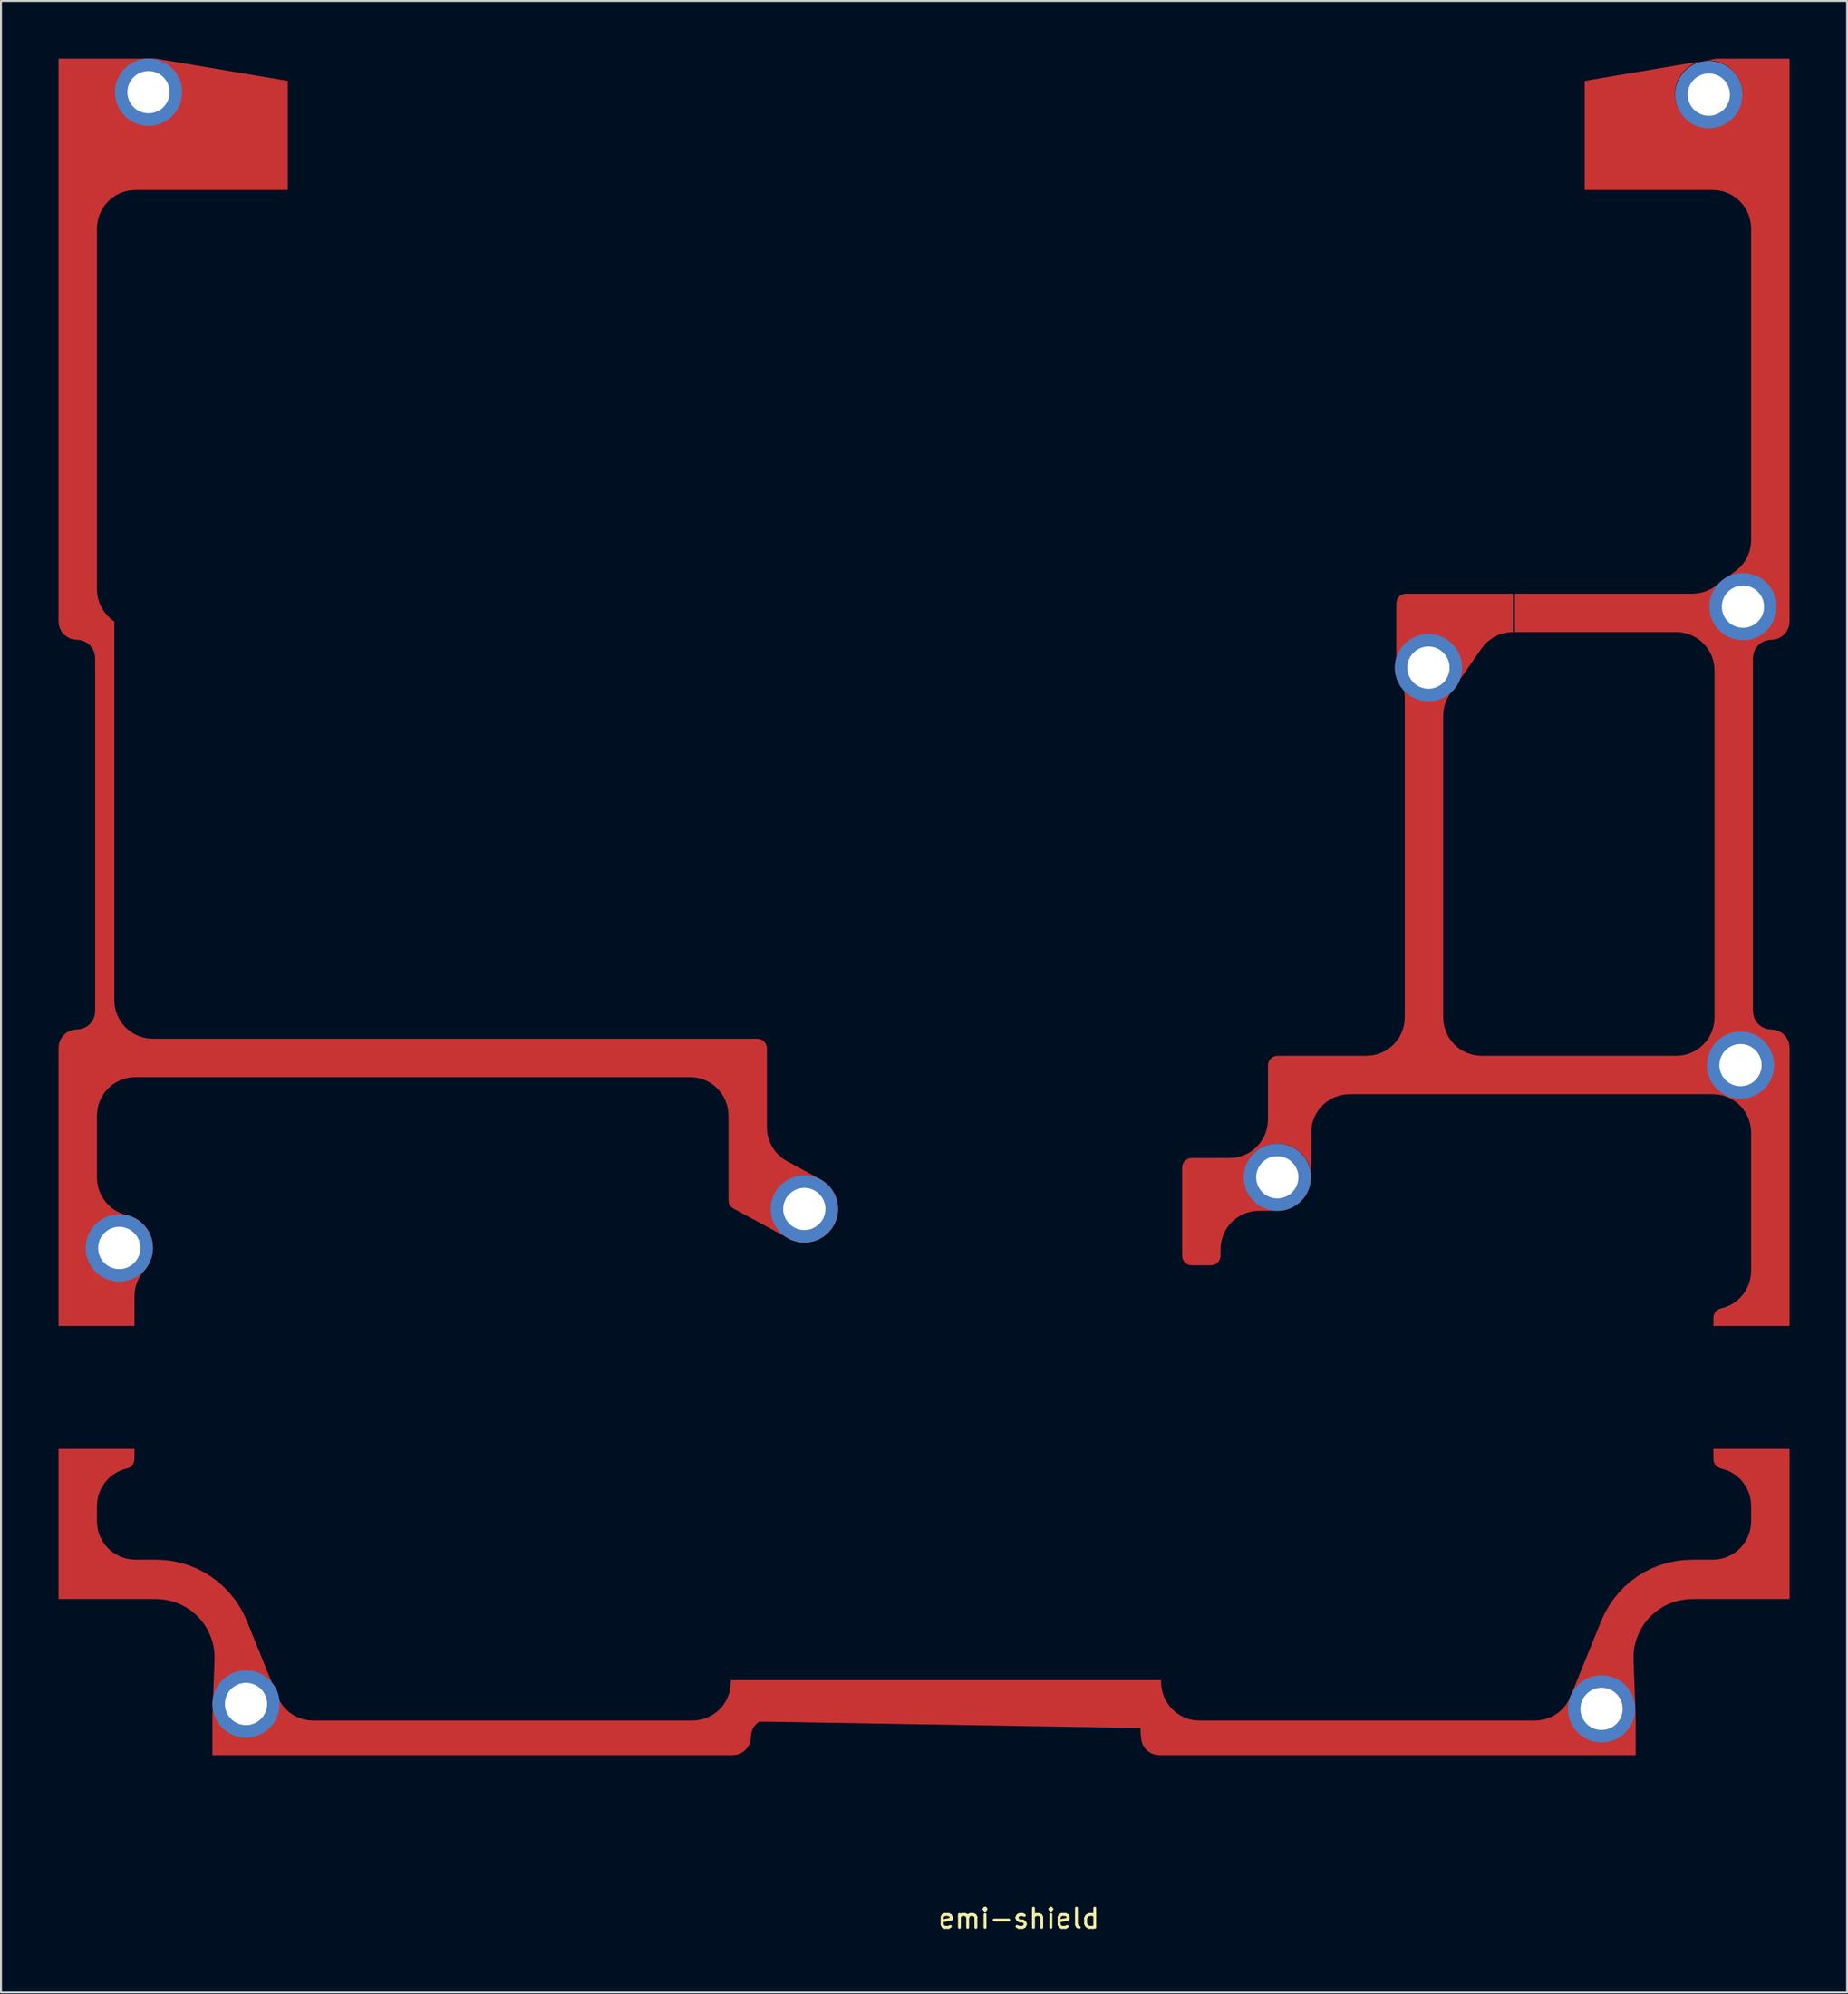
<source format=kicad_pcb>
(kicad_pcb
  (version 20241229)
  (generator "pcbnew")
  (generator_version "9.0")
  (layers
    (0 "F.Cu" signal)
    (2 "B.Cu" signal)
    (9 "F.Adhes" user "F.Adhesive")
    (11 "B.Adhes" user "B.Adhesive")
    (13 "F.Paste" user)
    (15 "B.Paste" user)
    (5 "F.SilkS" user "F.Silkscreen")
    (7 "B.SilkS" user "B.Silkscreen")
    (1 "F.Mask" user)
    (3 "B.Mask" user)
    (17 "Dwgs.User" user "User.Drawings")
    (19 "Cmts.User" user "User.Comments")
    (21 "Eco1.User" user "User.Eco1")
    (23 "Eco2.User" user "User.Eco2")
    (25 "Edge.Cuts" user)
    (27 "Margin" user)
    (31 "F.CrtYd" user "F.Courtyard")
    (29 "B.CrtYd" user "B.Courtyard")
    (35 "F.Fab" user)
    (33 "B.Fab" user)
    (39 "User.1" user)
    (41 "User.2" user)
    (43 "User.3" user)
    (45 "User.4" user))
  (footprint "emi-shield"
    (layer "F.Cu")
    (at 44.945 88.237)
    (property "Reference" "emi-shield" (at 5.08 8.636 0) (layer "F.SilkS") (effects (font (size 1 1) (thickness 0.15))))
    (attr through_hole)
    (fp_poly (pts (xy -33.005 -87.073) (xy -33.005 -81.389) (xy -40.945 -81.389) (xy -41.206 -81.371) (xy -41.463 -81.32) (xy -41.71 -81.236) (xy -41.945 -81.121) (xy -42.162 -80.975) (xy -42.359 -80.803) (xy -42.532 -80.606) (xy -42.677 -80.389) (xy -42.793 -80.154) (xy -42.877 -79.906) (xy -42.928 -79.65) (xy -42.945 -79.389) (xy -42.945 -60.592) (xy -42.93 -60.345) (xy -42.884 -60.102) (xy -42.808 -59.866) (xy -42.704 -59.641) (xy -42.573 -59.431) (xy -42.417 -59.238) (xy -42.238 -59.067) (xy -42.04 -58.919) (xy -42.04 -39.19) (xy -42.023 -38.929) (xy -41.972 -38.673) (xy -41.888 -38.425) (xy -41.772 -38.19) (xy -41.627 -37.973) (xy -41.454 -37.776) (xy -41.257 -37.604) (xy -41.04 -37.458) (xy -40.805 -37.343) (xy -40.558 -37.258) (xy -40.301 -37.207) (xy -40.04 -37.19) (xy -8.547 -37.19) (xy -8.417 -37.173) (xy -8.297 -37.123) (xy -8.193 -37.044) (xy -8.114 -36.94) (xy -8.064 -36.82) (xy -8.047 -36.69) (xy -8.047 -32.57) (xy -8.029 -32.302) (xy -7.975 -32.04) (xy -7.887 -31.786) (xy -7.765 -31.547) (xy -7.613 -31.326) (xy -7.432 -31.128) (xy -7.226 -30.955) (xy -7 -30.812) (xy -5.249 -29.863) (xy -5.029 -29.722) (xy -4.832 -29.549) (xy -4.664 -29.349) (xy -4.527 -29.126) (xy -4.425 -28.885) (xy -4.36 -28.632) (xy -4.333 -28.372) (xy -4.346 -28.11) (xy -4.397 -27.854) (xy -4.486 -27.608) (xy -4.611 -27.378) (xy -4.768 -27.169) (xy -4.955 -26.986) (xy -5.167 -26.833) (xy -5.4 -26.713) (xy -5.647 -26.63) (xy -5.905 -26.584) (xy -6.166 -26.577) (xy -6.426 -26.609) (xy -6.678 -26.679) (xy -6.916 -26.786) (xy -9.785 -28.34) (xy -9.893 -28.419) (xy -9.976 -28.524) (xy -10.029 -28.647) (xy -10.047 -28.78) (xy -10.047 -33.19) (xy -10.064 -33.451) (xy -10.115 -33.708) (xy -10.199 -33.956) (xy -10.315 -34.19) (xy -10.46 -34.408) (xy -10.632 -34.605) (xy -10.829 -34.777) (xy -11.047 -34.922) (xy -11.281 -35.038) (xy -11.529 -35.122) (xy -11.786 -35.173) (xy -12.047 -35.19) (xy -40.945 -35.19) (xy -41.206 -35.173) (xy -41.463 -35.122) (xy -41.71 -35.038) (xy -41.945 -34.922) (xy -42.162 -34.777) (xy -42.359 -34.605) (xy -42.532 -34.408) (xy -42.677 -34.19) (xy -42.793 -33.956) (xy -42.877 -33.708) (xy -42.928 -33.451) (xy -42.945 -33.19) (xy -42.945 -29.951) (xy -42.927 -29.682) (xy -42.873 -29.418) (xy -42.783 -29.163) (xy -42.661 -28.923) (xy -42.507 -28.702) (xy -42.325 -28.503) (xy -42.117 -28.33) (xy -41.889 -28.188) (xy -41.643 -28.077) (xy -41.385 -28) (xy -41.136 -27.924) (xy -40.901 -27.811) (xy -40.685 -27.666) (xy -40.493 -27.489) (xy -40.33 -27.287) (xy -40.198 -27.062) (xy -40.101 -26.82) (xy -40.041 -26.567) (xy -40.02 -26.307) (xy -40.037 -26.047) (xy -40.093 -25.793) (xy -40.185 -25.549) (xy -40.313 -25.323) (xy -40.473 -25.117) (xy -40.627 -24.926) (xy -40.755 -24.717) (xy -40.857 -24.494) (xy -40.932 -24.26) (xy -40.976 -24.019) (xy -40.991 -23.774) (xy -40.991 -22.228) (xy -44.945 -22.228) (xy -44.945 -36.719) (xy -44.927 -36.905) (xy -44.872 -37.084) (xy -44.784 -37.248) (xy -44.666 -37.393) (xy -44.522 -37.511) (xy -44.357 -37.599) (xy -44.178 -37.653) (xy -43.992 -37.672) (xy -43.807 -37.69) (xy -43.628 -37.744) (xy -43.463 -37.832) (xy -43.319 -37.95) (xy -43.2 -38.095) (xy -43.112 -38.26) (xy -43.058 -38.438) (xy -43.04 -38.624) (xy -43.04 -57.014) (xy -43.058 -57.199) (xy -43.112 -57.378) (xy -43.2 -57.543) (xy -43.319 -57.687) (xy -43.463 -57.806) (xy -43.628 -57.894) (xy -43.807 -57.948) (xy -43.992 -57.966) (xy -44.178 -57.984) (xy -44.357 -58.039) (xy -44.522 -58.127) (xy -44.666 -58.245) (xy -44.784 -58.389) (xy -44.872 -58.554) (xy -44.927 -58.733) (xy -44.945 -58.919) (xy -44.945 -88.23) (xy -39.855 -88.23)) (stroke (width 0) (type solid)) (fill yes) (layer "F.Cu"))
    (fp_poly (pts (xy -40.992 -15.295) (xy -41.01 -15.162) (xy -41.063 -15.038) (xy -41.147 -14.933) (xy -41.256 -14.854) (xy -41.383 -14.807) (xy -41.641 -14.731) (xy -41.888 -14.62) (xy -42.116 -14.477) (xy -42.324 -14.305) (xy -42.507 -14.106) (xy -42.661 -13.884) (xy -42.784 -13.644) (xy -42.873 -13.389) (xy -42.927 -13.125) (xy -42.945 -12.856) (xy -42.945 -12.056) (xy -42.928 -11.795) (xy -42.877 -11.538) (xy -42.793 -11.29) (xy -42.677 -11.056) (xy -42.532 -10.838) (xy -42.36 -10.641) (xy -42.163 -10.469) (xy -41.945 -10.324) (xy -41.711 -10.208) (xy -41.463 -10.124) (xy -41.206 -10.073) (xy -40.945 -10.056) (xy -39.865 -10.056) (xy -39.434 -10.037) (xy -39.006 -9.983) (xy -38.584 -9.892) (xy -38.172 -9.766) (xy -37.771 -9.606) (xy -37.385 -9.412) (xy -37.018 -9.186) (xy -36.67 -8.931) (xy -36.345 -8.646) (xy -36.046 -8.335) (xy -35.774 -8) (xy -35.531 -7.644) (xy -35.32 -7.268) (xy -35.14 -6.875) (xy -33.535 -2.923) (xy -33.42 -2.686) (xy -33.275 -2.467) (xy -33.103 -2.268) (xy -32.906 -2.094) (xy -32.687 -1.947) (xy -32.452 -1.83) (xy -32.203 -1.745) (xy -31.945 -1.693) (xy -31.682 -1.676) (xy -11.925 -1.676) (xy -11.664 -1.693) (xy -11.407 -1.744) (xy -11.16 -1.828) (xy -10.925 -1.944) (xy -10.707 -2.089) (xy -10.511 -2.261) (xy -10.338 -2.458) (xy -10.193 -2.676) (xy -10.077 -2.91) (xy -9.993 -3.158) (xy -9.942 -3.415) (xy -9.925 -3.676) (xy -9.925 -3.781) (xy 12.49 -3.781) (xy 12.49 -3.676) (xy 12.507 -3.415) (xy 12.558 -3.158) (xy 12.642 -2.91) (xy 12.758 -2.676) (xy 12.903 -2.458) (xy 13.076 -2.261) (xy 13.273 -2.089) (xy 13.49 -1.944) (xy 13.725 -1.828) (xy 13.972 -1.744) (xy 14.229 -1.693) (xy 14.49 -1.676) (xy 31.962 -1.676) (xy 32.224 -1.693) (xy 32.482 -1.745) (xy 32.731 -1.83) (xy 32.967 -1.947) (xy 33.185 -2.094) (xy 33.382 -2.268) (xy 33.555 -2.467) (xy 33.7 -2.686) (xy 33.815 -2.923) (xy 35.419 -6.875) (xy 35.599 -7.267) (xy 35.81 -7.643) (xy 36.053 -8) (xy 36.325 -8.335) (xy 36.624 -8.646) (xy 36.949 -8.93) (xy 37.297 -9.186) (xy 37.664 -9.412) (xy 38.05 -9.606) (xy 38.451 -9.766) (xy 38.863 -9.892) (xy 39.285 -9.983) (xy 39.713 -10.037) (xy 40.145 -10.056) (xy 41.225 -10.056) (xy 41.486 -10.073) (xy 41.742 -10.124) (xy 41.99 -10.208) (xy 42.225 -10.324) (xy 42.442 -10.469) (xy 42.639 -10.641) (xy 42.811 -10.838) (xy 42.957 -11.056) (xy 43.072 -11.29) (xy 43.156 -11.538) (xy 43.207 -11.795) (xy 43.225 -12.056) (xy 43.225 -12.856) (xy 43.206 -13.126) (xy 43.152 -13.391) (xy 43.062 -13.647) (xy 42.938 -13.887) (xy 42.783 -14.109) (xy 42.599 -14.308) (xy 42.39 -14.481) (xy 42.16 -14.623) (xy 41.913 -14.734) (xy 41.653 -14.809) (xy 41.526 -14.856) (xy 41.416 -14.935) (xy 41.331 -15.04) (xy 41.278 -15.164) (xy 41.26 -15.298) (xy 41.26 -15.827) (xy 45.225 -15.827) (xy 45.225 -8.006) (xy 40.145 -8.006) (xy 39.818 -7.988) (xy 39.495 -7.936) (xy 39.179 -7.849) (xy 38.875 -7.729) (xy 38.585 -7.577) (xy 38.313 -7.395) (xy 38.062 -7.184) (xy 37.836 -6.949) (xy 37.635 -6.69) (xy 37.464 -6.411) (xy 37.324 -6.115) (xy 37.216 -5.806) (xy 37.141 -5.488) (xy 37.102 -5.163) (xy 37.097 -4.836) (xy 37.21 -1.956) (xy 37.21 0.124) (xy 12.395 0.124) (xy 12.209 0.106) (xy 12.031 0.052) (xy 11.866 -0.036) (xy 11.722 -0.155) (xy 11.603 -0.299) (xy 11.515 -0.464) (xy 11.461 -0.642) (xy 11.443 -0.828) (xy 11.424 -1.014) (xy 11.41 -1.287) (xy -7.877 -1.614) (xy -8.454 -1.62) (xy -8.598 -1.502) (xy -8.717 -1.357) (xy -8.805 -1.193) (xy -8.859 -1.014) (xy -8.877 -0.828) (xy -8.896 -0.642) (xy -8.95 -0.464) (xy -9.038 -0.299) (xy -9.156 -0.155) (xy -9.301 -0.036) (xy -9.465 0.052) (xy -9.644 0.106) (xy -9.83 0.124) (xy -36.931 0.124) (xy -36.931 -1.956) (xy -36.818 -4.836) (xy -36.823 -5.163) (xy -36.862 -5.488) (xy -36.937 -5.807) (xy -37.045 -6.116) (xy -37.185 -6.411) (xy -37.356 -6.69) (xy -37.557 -6.949) (xy -37.783 -7.185) (xy -38.034 -7.395) (xy -38.306 -7.577) (xy -38.596 -7.729) (xy -38.9 -7.849) (xy -39.216 -7.936) (xy -39.539 -7.988) (xy -39.865 -8.006) (xy -44.945 -8.006) (xy -44.945 -15.827) (xy -40.992 -15.827)) (stroke (width 0) (type solid)) (fill yes) (layer "F.Cu"))
    (fp_poly (pts (xy 45.225 -58.918) (xy 45.207 -58.732) (xy 45.153 -58.553) (xy 45.065 -58.389) (xy 44.946 -58.244) (xy 44.802 -58.126) (xy 44.637 -58.038) (xy 44.459 -57.984) (xy 44.273 -57.965) (xy 44.087 -57.947) (xy 43.908 -57.893) (xy 43.744 -57.805) (xy 43.599 -57.686) (xy 43.481 -57.542) (xy 43.393 -57.377) (xy 43.339 -57.199) (xy 43.32 -57.013) (xy 43.32 -38.623) (xy 43.339 -38.438) (xy 43.393 -38.259) (xy 43.481 -38.094) (xy 43.599 -37.95) (xy 43.744 -37.831) (xy 43.908 -37.743) (xy 44.087 -37.689) (xy 44.459 -37.653) (xy 44.637 -37.598) (xy 44.802 -37.51) (xy 44.946 -37.392) (xy 45.065 -37.248) (xy 45.153 -37.083) (xy 45.207 -36.904) (xy 45.225 -36.718) (xy 45.225 -22.228) (xy 41.26 -22.228) (xy 41.26 -22.656) (xy 41.279 -22.79) (xy 41.332 -22.914) (xy 41.417 -23.019) (xy 41.527 -23.098) (xy 41.653 -23.144) (xy 41.913 -23.22) (xy 42.161 -23.33) (xy 42.391 -23.473) (xy 42.6 -23.645) (xy 42.784 -23.844) (xy 42.939 -24.066) (xy 43.062 -24.307) (xy 43.152 -24.562) (xy 43.207 -24.828) (xy 43.225 -25.098) (xy 43.225 -32.301) (xy 43.208 -32.562) (xy 43.157 -32.818) (xy 43.073 -33.066) (xy 42.957 -33.301) (xy 42.812 -33.518) (xy 42.64 -33.715) (xy 42.443 -33.887) (xy 42.225 -34.033) (xy 41.991 -34.148) (xy 41.743 -34.232) (xy 41.486 -34.284) (xy 41.225 -34.301) (xy 22.306 -34.301) (xy 22.045 -34.284) (xy 21.788 -34.232) (xy 21.54 -34.148) (xy 21.306 -34.033) (xy 21.088 -33.887) (xy 20.891 -33.715) (xy 20.719 -33.518) (xy 20.574 -33.301) (xy 20.458 -33.066) (xy 20.374 -32.818) (xy 20.323 -32.562) (xy 20.306 -32.301) (xy 20.306 -29.975) (xy 20.305 -29.954) (xy 20.303 -29.885) (xy 20.296 -29.796) (xy 20.289 -29.743) (xy 20.288 -29.726) (xy 20.286 -29.716) (xy 20.285 -29.709) (xy 20.27 -29.622) (xy 20.25 -29.538) (xy 20.238 -29.495) (xy 20.235 -29.482) (xy 20.232 -29.472) (xy 20.226 -29.455) (xy 20.199 -29.373) (xy 20.168 -29.294) (xy 20.148 -29.251) (xy 20.147 -29.248) (xy 20.146 -29.245) (xy 20.133 -29.216) (xy 20.094 -29.141) (xy 20.052 -29.068) (xy 20.034 -29.04) (xy 20.028 -29.029) (xy 20.021 -29.019) (xy 20.006 -28.997) (xy 19.957 -28.928) (xy 19.906 -28.862) (xy 19.885 -28.838) (xy 19.878 -28.829) (xy 19.87 -28.821) (xy 19.851 -28.798) (xy 19.793 -28.738) (xy 19.732 -28.68) (xy 19.716 -28.666) (xy 19.702 -28.652) (xy 19.686 -28.64) (xy 19.668 -28.625) (xy 19.602 -28.573) (xy 19.534 -28.524) (xy 19.509 -28.508) (xy 19.502 -28.503) (xy 19.494 -28.499) (xy 19.463 -28.478) (xy 19.389 -28.436) (xy 19.314 -28.398) (xy 19.29 -28.387) (xy 19.283 -28.383) (xy 19.274 -28.38) (xy 19.236 -28.363) (xy 19.157 -28.331) (xy 19.076 -28.304) (xy 19.051 -28.297) (xy 19.049 -28.296) (xy 19.046 -28.295) (xy 18.992 -28.28) (xy 18.908 -28.261) (xy 18.822 -28.245) (xy 18.806 -28.243) (xy 18.805 -28.243) (xy 18.804 -28.243) (xy 18.734 -28.234) (xy 18.645 -28.227) (xy 18.557 -28.225) (xy 18.556 -28.225) (xy 17.583 -28.225) (xy 17.322 -28.208) (xy 17.066 -28.157) (xy 16.818 -28.073) (xy 16.583 -27.957) (xy 16.366 -27.812) (xy 16.169 -27.639) (xy 15.997 -27.442) (xy 15.851 -27.225) (xy 15.736 -26.99) (xy 15.652 -26.742) (xy 15.601 -26.486) (xy 15.583 -26.225) (xy 15.583 -25.884) (xy 15.566 -25.754) (xy 15.516 -25.634) (xy 15.437 -25.53) (xy 15.333 -25.451) (xy 15.213 -25.401) (xy 15.083 -25.384) (xy 14.083 -25.384) (xy 13.954 -25.401) (xy 13.833 -25.451) (xy 13.73 -25.53) (xy 13.65 -25.634) (xy 13.6 -25.754) (xy 13.583 -25.884) (xy 13.583 -29.975) (xy 16.805 -29.975) (xy 16.807 -29.885) (xy 16.814 -29.796) (xy 16.825 -29.709) (xy 16.841 -29.622) (xy 16.86 -29.538) (xy 16.884 -29.455) (xy 16.911 -29.373) (xy 16.943 -29.294) (xy 16.978 -29.216) (xy 17.016 -29.141) (xy 17.058 -29.068) (xy 17.104 -28.997) (xy 17.153 -28.928) (xy 17.205 -28.862) (xy 17.26 -28.798) (xy 17.318 -28.738) (xy 17.378 -28.68) (xy 17.442 -28.625) (xy 17.508 -28.573) (xy 17.577 -28.524) (xy 17.648 -28.478) (xy 17.721 -28.436) (xy 17.796 -28.398) (xy 17.874 -28.363) (xy 17.953 -28.331) (xy 18.035 -28.304) (xy 18.118 -28.28) (xy 18.202 -28.261) (xy 18.289 -28.245) (xy 18.376 -28.234) (xy 18.465 -28.227) (xy 18.555 -28.225) (xy 18.557 -28.225) (xy 18.804 -28.243) (xy 18.806 -28.243) (xy 19.046 -28.295) (xy 19.051 -28.297) (xy 19.274 -28.38) (xy 19.29 -28.387) (xy 19.494 -28.499) (xy 19.509 -28.508) (xy 19.686 -28.64) (xy 19.716 -28.666) (xy 19.87 -28.821) (xy 19.885 -28.838) (xy 20.021 -29.019) (xy 20.034 -29.04) (xy 20.146 -29.245) (xy 20.148 -29.251) (xy 20.232 -29.472) (xy 20.238 -29.495) (xy 20.286 -29.716) (xy 20.289 -29.743) (xy 20.305 -29.954) (xy 20.305 -29.975) (xy 20.303 -30.065) (xy 20.296 -30.154) (xy 20.285 -30.242) (xy 20.27 -30.328) (xy 20.25 -30.412) (xy 20.226 -30.495) (xy 20.199 -30.577) (xy 20.168 -30.656) (xy 20.133 -30.734) (xy 20.094 -30.809) (xy 20.052 -30.882) (xy 20.006 -30.953) (xy 19.957 -31.022) (xy 19.906 -31.088) (xy 19.851 -31.152) (xy 19.793 -31.212) (xy 19.732 -31.27) (xy 19.668 -31.325) (xy 19.602 -31.377) (xy 19.534 -31.426) (xy 19.463 -31.472) (xy 19.389 -31.514) (xy 19.314 -31.552) (xy 19.236 -31.587) (xy 19.157 -31.619) (xy 19.076 -31.646) (xy 18.992 -31.67) (xy 18.908 -31.689) (xy 18.822 -31.705) (xy 18.734 -31.716) (xy 18.645 -31.723) (xy 18.555 -31.725) (xy 18.465 -31.723) (xy 18.376 -31.716) (xy 18.289 -31.705) (xy 18.202 -31.689) (xy 18.118 -31.67) (xy 18.035 -31.646) (xy 17.953 -31.619) (xy 17.874 -31.587) (xy 17.796 -31.552) (xy 17.721 -31.514) (xy 17.648 -31.472) (xy 17.577 -31.426) (xy 17.508 -31.377) (xy 17.442 -31.325) (xy 17.378 -31.27) (xy 17.318 -31.212) (xy 17.26 -31.152) (xy 17.205 -31.088) (xy 17.153 -31.022) (xy 17.104 -30.953) (xy 17.058 -30.882) (xy 17.016 -30.809) (xy 16.978 -30.734) (xy 16.943 -30.656) (xy 16.911 -30.577) (xy 16.884 -30.495) (xy 16.86 -30.412) (xy 16.841 -30.328) (xy 16.825 -30.242) (xy 16.814 -30.154) (xy 16.807 -30.065) (xy 16.805 -29.975) (xy 13.583 -29.975) (xy 13.583 -30.475) (xy 13.6 -30.604) (xy 13.65 -30.725) (xy 13.73 -30.828) (xy 13.833 -30.908) (xy 13.954 -30.958) (xy 14.083 -30.975) (xy 16.055 -30.975) (xy 16.316 -30.992) (xy 16.573 -31.043) (xy 16.821 -31.127) (xy 17.055 -31.243) (xy 17.273 -31.388) (xy 17.47 -31.561) (xy 17.642 -31.757) (xy 17.787 -31.975) (xy 17.903 -32.209) (xy 17.987 -32.457) (xy 18.038 -32.714) (xy 18.055 -32.975) (xy 18.055 -35.801) (xy 18.072 -35.93) (xy 18.122 -36.051) (xy 18.202 -36.154) (xy 18.305 -36.234) (xy 18.426 -36.284) (xy 18.555 -36.301) (xy 23.183 -36.301) (xy 23.444 -36.318) (xy 23.701 -36.369) (xy 23.949 -36.453) (xy 24.183 -36.569) (xy 24.401 -36.714) (xy 24.598 -36.886) (xy 24.77 -37.083) (xy 24.915 -37.301) (xy 25.031 -37.535) (xy 25.115 -37.783) (xy 25.166 -38.04) (xy 25.183 -38.301) (xy 25.183 -54.944) (xy 25.168 -55.188) (xy 25.124 -55.429) (xy 25.05 -55.662) (xy 24.948 -55.885) (xy 24.859 -56.079) (xy 24.795 -56.284) (xy 24.756 -56.494) (xy 24.743 -56.708) (xy 24.743 -59.867) (xy 24.76 -59.997) (xy 24.81 -60.117) (xy 24.889 -60.221) (xy 24.993 -60.3) (xy 25.113 -60.35) (xy 25.243 -60.367) (xy 30.82 -60.367) (xy 30.82 -58.367) (xy 30.546 -58.348) (xy 30.276 -58.292) (xy 30.017 -58.199) (xy 29.773 -58.071) (xy 29.549 -57.911) (xy 29.349 -57.722) (xy 29.177 -57.507) (xy 27.54 -55.148) (xy 27.414 -54.941) (xy 27.314 -54.72) (xy 27.242 -54.488) (xy 27.198 -54.25) (xy 27.183 -54.008) (xy 27.183 -38.301) (xy 27.201 -38.04) (xy 27.252 -37.783) (xy 27.336 -37.535) (xy 27.451 -37.301) (xy 27.597 -37.083) (xy 27.769 -36.886) (xy 27.966 -36.714) (xy 28.183 -36.569) (xy 28.418 -36.453) (xy 28.666 -36.369) (xy 28.922 -36.318) (xy 29.183 -36.301) (xy 39.32 -36.301) (xy 39.581 -36.318) (xy 39.838 -36.369) (xy 40.086 -36.453) (xy 40.32 -36.569) (xy 40.538 -36.714) (xy 40.735 -36.886) (xy 40.907 -37.083) (xy 41.052 -37.301) (xy 41.168 -37.535) (xy 41.252 -37.783) (xy 41.303 -38.04) (xy 41.32 -38.301) (xy 41.32 -56.367) (xy 41.303 -56.628) (xy 41.252 -56.885) (xy 41.168 -57.133) (xy 41.052 -57.367) (xy 40.907 -57.585) (xy 40.735 -57.781) (xy 40.538 -57.954) (xy 40.32 -58.099) (xy 40.086 -58.215) (xy 39.838 -58.299) (xy 39.581 -58.35) (xy 39.32 -58.367) (xy 30.92 -58.367) (xy 30.92 -60.367) (xy 40.169 -60.367) (xy 40.424 -60.384) (xy 40.676 -60.433) (xy 40.919 -60.513) (xy 41.15 -60.624) (xy 41.365 -60.764) (xy 42.421 -61.553) (xy 42.623 -61.725) (xy 42.8 -61.923) (xy 42.95 -62.142) (xy 43.069 -62.38) (xy 43.155 -62.631) (xy 43.208 -62.891) (xy 43.225 -63.156) (xy 43.225 -79.388) (xy 43.208 -79.649) (xy 43.157 -79.905) (xy 43.073 -80.153) (xy 42.957 -80.388) (xy 42.812 -80.605) (xy 42.64 -80.802) (xy 42.443 -80.975) (xy 42.225 -81.12) (xy 41.991 -81.236) (xy 41.743 -81.32) (xy 41.486 -81.371) (xy 41.225 -81.388) (xy 34.555 -81.388) (xy 34.555 -86.388) (xy 39.258 -86.388) (xy 39.26 -86.298) (xy 39.267 -86.209) (xy 39.278 -86.121) (xy 39.294 -86.035) (xy 39.313 -85.951) (xy 39.337 -85.868) (xy 39.364 -85.786) (xy 39.396 -85.707) (xy 39.431 -85.629) (xy 39.469 -85.554) (xy 39.512 -85.481) (xy 39.557 -85.41) (xy 39.606 -85.341) (xy 39.658 -85.275) (xy 39.713 -85.211) (xy 39.771 -85.151) (xy 39.831 -85.093) (xy 39.895 -85.038) (xy 39.961 -84.986) (xy 40.03 -84.937) (xy 40.101 -84.891) (xy 40.174 -84.849) (xy 40.249 -84.811) (xy 40.327 -84.776) (xy 40.406 -84.744) (xy 40.488 -84.717) (xy 40.571 -84.693) (xy 40.655 -84.674) (xy 40.742 -84.658) (xy 40.829 -84.647) (xy 40.918 -84.64) (xy 41.008 -84.638) (xy 41.098 -84.64) (xy 41.187 -84.647) (xy 41.275 -84.658) (xy 41.361 -84.674) (xy 41.446 -84.693) (xy 41.529 -84.717) (xy 41.61 -84.744) (xy 41.689 -84.776) (xy 41.767 -84.811) (xy 41.842 -84.849) (xy 41.916 -84.891) (xy 41.987 -84.937) (xy 42.055 -84.986) (xy 42.121 -85.038) (xy 42.185 -85.093) (xy 42.246 -85.151) (xy 42.304 -85.211) (xy 42.359 -85.275) (xy 42.41 -85.341) (xy 42.459 -85.41) (xy 42.505 -85.481) (xy 42.547 -85.554) (xy 42.586 -85.629) (xy 42.621 -85.707) (xy 42.652 -85.786) (xy 42.679 -85.868) (xy 42.703 -85.951) (xy 42.723 -86.035) (xy 42.738 -86.121) (xy 42.749 -86.209) (xy 42.756 -86.298) (xy 42.758 -86.388) (xy 42.756 -86.478) (xy 42.749 -86.567) (xy 42.738 -86.655) (xy 42.723 -86.741) (xy 42.703 -86.825) (xy 42.679 -86.908) (xy 42.652 -86.99) (xy 42.621 -87.069) (xy 42.586 -87.147) (xy 42.547 -87.222) (xy 42.505 -87.295) (xy 42.459 -87.366) (xy 42.41 -87.435) (xy 42.359 -87.501) (xy 42.304 -87.565) (xy 42.246 -87.625) (xy 42.185 -87.683) (xy 42.121 -87.738) (xy 42.055 -87.79) (xy 41.987 -87.839) (xy 41.916 -87.885) (xy 41.842 -87.927) (xy 41.767 -87.965) (xy 41.689 -88) (xy 41.61 -88.032) (xy 41.529 -88.059) (xy 41.446 -88.083) (xy 41.361 -88.102) (xy 41.275 -88.118) (xy 41.187 -88.129) (xy 41.098 -88.136) (xy 41.008 -88.138) (xy 40.918 -88.136) (xy 40.829 -88.129) (xy 40.742 -88.118) (xy 40.741 -88.118) (xy 40.655 -88.102) (xy 40.571 -88.083) (xy 40.488 -88.059) (xy 40.406 -88.032) (xy 40.327 -88) (xy 40.249 -87.965) (xy 40.174 -87.927) (xy 40.101 -87.885) (xy 40.03 -87.839) (xy 39.961 -87.79) (xy 39.895 -87.738) (xy 39.831 -87.683) (xy 39.771 -87.625) (xy 39.713 -87.565) (xy 39.658 -87.501) (xy 39.606 -87.435) (xy 39.557 -87.366) (xy 39.512 -87.295) (xy 39.469 -87.222) (xy 39.431 -87.147) (xy 39.396 -87.069) (xy 39.364 -86.99) (xy 39.337 -86.908) (xy 39.313 -86.825) (xy 39.294 -86.741) (xy 39.278 -86.655) (xy 39.267 -86.567) (xy 39.26 -86.478) (xy 39.258 -86.388) (xy 34.555 -86.388) (xy 34.555 -87.072) (xy 40.741 -88.118) (xy 40.742 -88.118) (xy 40.742 -88.118) (xy 41.405 -88.23) (xy 45.225 -88.23)) (stroke (width 0) (type solid)) (fill yes) (layer "F.Cu"))
    (pad "1" thru_hole circle (at -41.783 -26.289) (size 3.5 3.5) (drill 2.2) (layers "*.Cu" "*.Mask"))
    (pad "1" thru_hole circle (at -40.259 -86.487) (size 3.5 3.5) (drill 2.2) (layers "*.Cu" "*.Mask"))
    (pad "1" thru_hole circle (at -35.179 -2.54) (size 3.5 3.5) (drill 2.2) (layers "*.Cu" "*.Mask"))
    (pad "1" thru_hole circle (at -6.096 -28.321) (size 3.5 3.5) (drill 2.2) (layers "*.Cu" "*.Mask"))
    (pad "1" thru_hole circle (at 18.542 -29.972) (size 3.5 3.5) (drill 2.2) (layers "*.Cu" "*.Mask"))
    (pad "1" thru_hole circle (at 26.416 -56.515) (size 3.5 3.5) (drill 2.2) (layers "*.Cu" "*.Mask"))
    (pad "1" thru_hole circle (at 35.433 -2.286) (size 3.5 3.5) (drill 2.2) (layers "*.Cu" "*.Mask"))
    (pad "1" thru_hole circle (at 41.021 -86.36) (size 3.5 3.5) (drill 2.2) (layers "*.Cu" "*.Mask"))
    (pad "1" thru_hole circle (at 42.672 -35.814) (size 3.5 3.5) (drill 2.2) (layers "*.Cu" "*.Mask"))
    (pad "1" thru_hole circle (at 42.799 -59.69) (size 3.5 3.5) (drill 2.2) (layers "*.Cu" "*.Mask")))
  (gr_rect
    (start -3 -3)
    (end 93.17 100.721)
    (stroke (width 0.1) (type default))
    (fill no)
    (layer "Edge.Cuts")))
</source>
